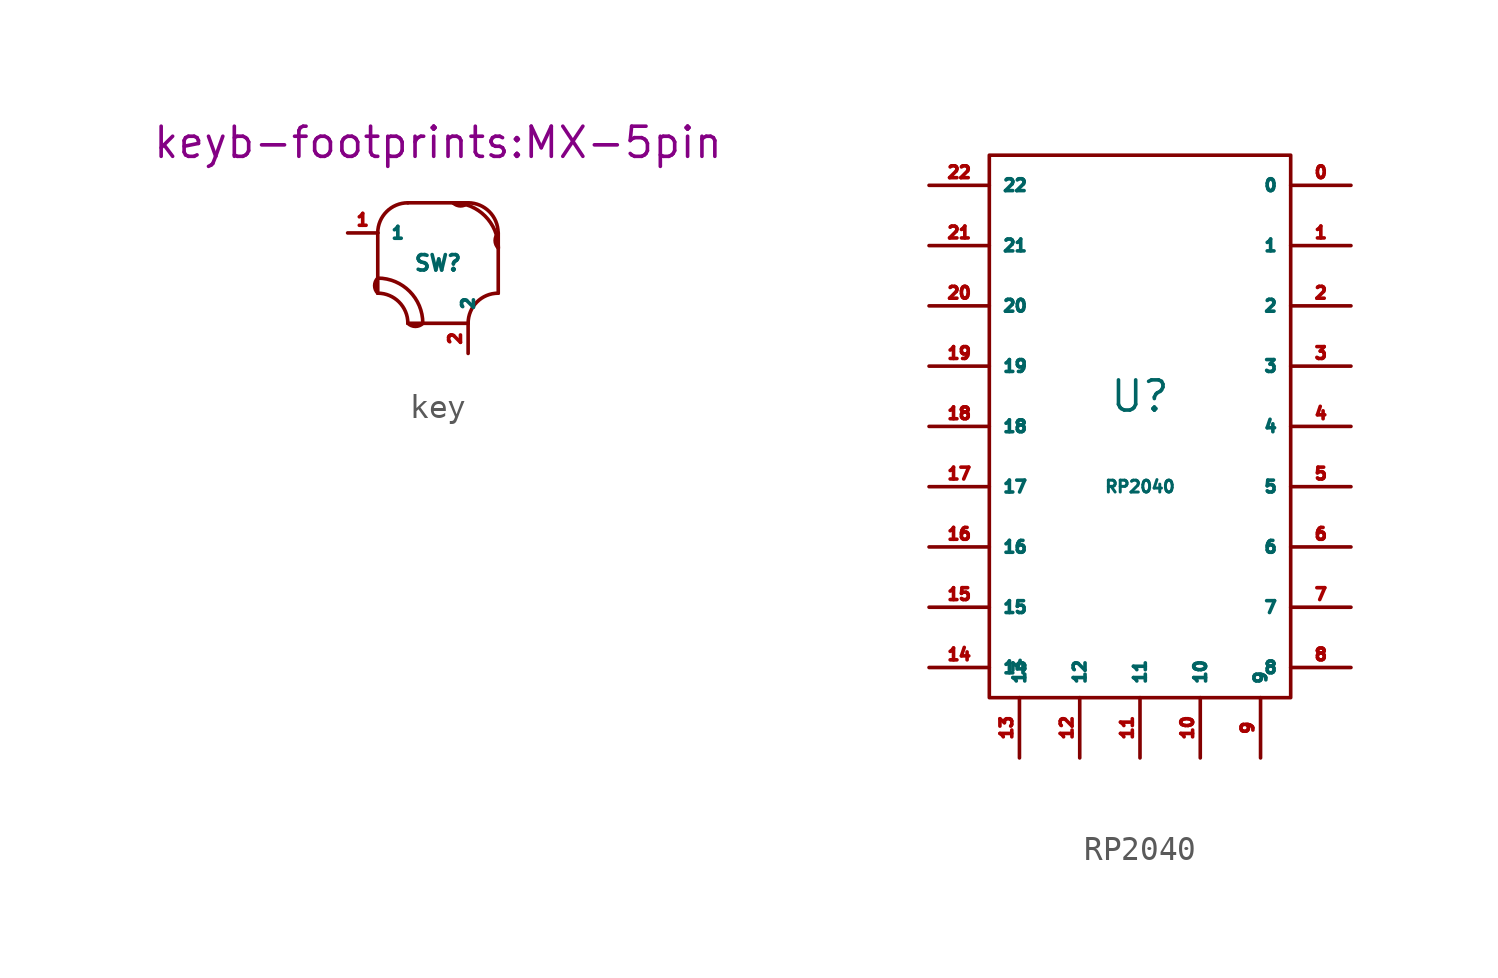
<source format=kicad_sym>
(kicad_symbol_lib
  (version 20211014)
  (generator kicad_symbol_editor)
  (symbol "key"
    (property "Reference" "SW"
      (at 0 0 0)
      (effects (font (size 0.65 0.65))))
    (property "Footprint" "keyb-footprints:MX-5pin"
      (at 0 5.08 0)
      (effects (font (size 1.27 1.27))))
    (symbol "key_0_1"
      (arc (start -2.54 -0.635) (mid -2.6715 -0.9525) (end -2.54 -1.27) (stroke (width 0) (type default) (color 0 0 0 0)) (fill (type none)))
      (arc (start -1.27 -2.54) (mid -1.642 -1.642) (end -2.54 -1.27) (stroke (width 0) (type default) (color 0 0 0 0)) (fill (type none)))
      (arc (start -1.27 -2.54) (mid -0.9525 -2.6715) (end -0.635 -2.54) (stroke (width 0) (type default) (color 0 0 0 0)) (fill (type none)))
      (arc (start -1.27 2.54) (mid -2.168 2.168) (end -2.54 1.27) (stroke (width 0) (type default) (color 0 0 0 0)) (fill (type none)))
      (arc (start -0.635 -2.54) (mid -1.1935 -1.1935) (end -2.54 -0.635) (stroke (width 0) (type default) (color 0 0 0 0)) (fill (type none)))
      (polyline (pts (xy -2.54 -1.27) (xy -2.54 1.27)) (stroke (width 0) (type default) (color 0 0 0 0)) (fill (type none)))
      (polyline (pts (xy -1.27 -2.54) (xy 1.27 -2.54)) (stroke (width 0) (type default) (color 0 0 0 0)) (fill (type none)))
      (polyline (pts (xy 1.27 2.54) (xy -1.27 2.54)) (stroke (width 0) (type default) (color 0 0 0 0)) (fill (type none)))
      (polyline (pts (xy 2.54 -1.27) (xy 2.54 1.27)) (stroke (width 0) (type default) (color 0 0 0 0)) (fill (type none)))
      (arc (start 0.635 2.54) (mid 0.9525 1.7735) (end 1.27 2.54) (stroke (width 0) (type default) (color 0 0 0 0)) (fill (type none)))
      (arc (start 2.54 -1.27) (mid 0.372 -0.372) (end 1.27 -2.54) (stroke (width 0) (type default) (color 0 0 0 0)) (fill (type none)))
      (arc (start 2.54 0.635) (mid 3.887 3.887) (end 0.635 2.54) (stroke (width 0) (type default) (color 0 0 0 0)) (fill (type none)))
      (arc (start 2.54 1.27) (mid 3.438 3.438) (end 1.27 2.54) (stroke (width 0) (type default) (color 0 0 0 0)) (fill (type none)))
      (arc (start 2.54 1.27) (mid 1.7735 0.9525) (end 2.54 0.635) (stroke (width 0) (type default) (color 0 0 0 0)) (fill (type none))))
    (symbol "key_1_1"
      (pin bidirectional line (at -3.81 1.27 0) (length 1.27) (name "1" (effects (font (size 0.5 0.5)))) (number "1" (effects (font (size 0.5 0.5)))))
      (pin bidirectional line (at 1.27 -3.81 90) (length 1.27) (name "2" (effects (font (size 0.5 0.5)))) (number "2" (effects (font (size 0.5 0.5)))))))
  (symbol "RP2040"
    (property "Reference" "U"
      (at 0 1.27 0)
      (effects (font (size 1.27 1.27))))
    (property "Value" "RP2040"
      (at 0 -2.54 0)
      (effects (font (size 0.5 0.5))))
    (symbol "RP2040_0_1"
      (rectangle (start -6.35 11.43) (end 6.35 -11.43) (stroke (width 0) (type default) (color 0 0 0 0)) (fill (type none))))
    (symbol "RP2040_1_1"
      (pin bidirectional line (at 8.89 10.16 180) (length 2.54) (name "0" (effects (font (size 0.5 0.5)))) (number "0" (effects (font (size 0.5 0.5)))))
      (pin bidirectional line (at 8.89 7.62 180) (length 2.54) (name "1" (effects (font (size 0.5 0.5)))) (number "1" (effects (font (size 0.5 0.5)))))
      (pin bidirectional line (at 2.54 -13.97 90) (length 2.54) (name "10" (effects (font (size 0.5 0.5)))) (number "10" (effects (font (size 0.5 0.5)))))
      (pin bidirectional line (at 0 -13.97 90) (length 2.54) (name "11" (effects (font (size 0.5 0.5)))) (number "11" (effects (font (size 0.5 0.5)))))
      (pin bidirectional line (at -2.54 -13.97 90) (length 2.54) (name "12" (effects (font (size 0.5 0.5)))) (number "12" (effects (font (size 0.5 0.5)))))
      (pin bidirectional line (at -5.08 -13.97 90) (length 2.54) (name "13" (effects (font (size 0.5 0.5)))) (number "13" (effects (font (size 0.5 0.5)))))
      (pin bidirectional line (at -8.89 -10.16 0) (length 2.54) (name "14" (effects (font (size 0.5 0.5)))) (number "14" (effects (font (size 0.5 0.5)))))
      (pin bidirectional line (at -8.89 -7.62 0) (length 2.54) (name "15" (effects (font (size 0.5 0.5)))) (number "15" (effects (font (size 0.5 0.5)))))
      (pin bidirectional line (at -8.89 -5.08 0) (length 2.54) (name "16" (effects (font (size 0.5 0.5)))) (number "16" (effects (font (size 0.5 0.5)))))
      (pin bidirectional line (at -8.89 -2.54 0) (length 2.54) (name "17" (effects (font (size 0.5 0.5)))) (number "17" (effects (font (size 0.5 0.5)))))
      (pin bidirectional line (at -8.89 0 0) (length 2.54) (name "18" (effects (font (size 0.5 0.5)))) (number "18" (effects (font (size 0.5 0.5)))))
      (pin bidirectional line (at -8.89 2.54 0) (length 2.54) (name "19" (effects (font (size 0.5 0.5)))) (number "19" (effects (font (size 0.5 0.5)))))
      (pin bidirectional line (at 8.89 5.08 180) (length 2.54) (name "2" (effects (font (size 0.5 0.5)))) (number "2" (effects (font (size 0.5 0.5)))))
      (pin bidirectional line (at -8.89 5.08 0) (length 2.54) (name "20" (effects (font (size 0.5 0.5)))) (number "20" (effects (font (size 0.5 0.5)))))
      (pin bidirectional line (at -8.89 7.62 0) (length 2.54) (name "21" (effects (font (size 0.5 0.5)))) (number "21" (effects (font (size 0.5 0.5)))))
      (pin bidirectional line (at -8.89 10.16 0) (length 2.54) (name "22" (effects (font (size 0.5 0.5)))) (number "22" (effects (font (size 0.5 0.5)))))
      (pin bidirectional line (at 8.89 2.54 180) (length 2.54) (name "3" (effects (font (size 0.5 0.5)))) (number "3" (effects (font (size 0.5 0.5)))))
      (pin bidirectional line (at 8.89 0 180) (length 2.54) (name "4" (effects (font (size 0.5 0.5)))) (number "4" (effects (font (size 0.5 0.5)))))
      (pin bidirectional line (at 8.89 -2.54 180) (length 2.54) (name "5" (effects (font (size 0.5 0.5)))) (number "5" (effects (font (size 0.5 0.5)))))
      (pin bidirectional line (at 8.89 -5.08 180) (length 2.54) (name "6" (effects (font (size 0.5 0.5)))) (number "6" (effects (font (size 0.5 0.5)))))
      (pin bidirectional line (at 8.89 -7.62 180) (length 2.54) (name "7" (effects (font (size 0.5 0.5)))) (number "7" (effects (font (size 0.5 0.5)))))
      (pin bidirectional line (at 8.89 -10.16 180) (length 2.54) (name "8" (effects (font (size 0.5 0.5)))) (number "8" (effects (font (size 0.5 0.5)))))
      (pin bidirectional line (at 5.08 -13.97 90) (length 2.54) (name "9" (effects (font (size 0.5 0.5)))) (number "9" (effects (font (size 0.5 0.5))))))))
</source>
